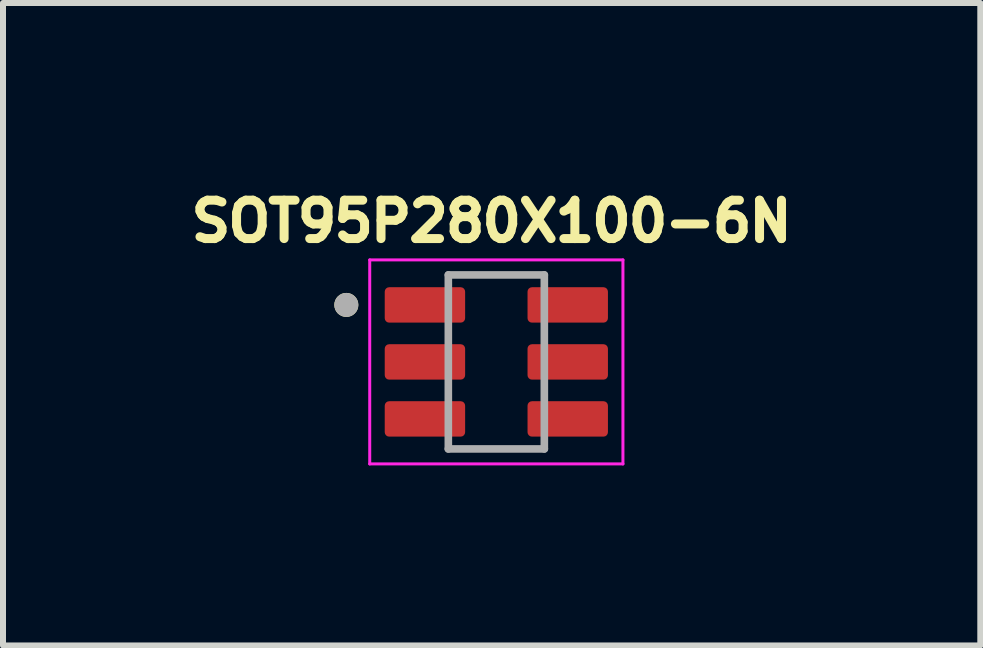
<source format=kicad_pcb>
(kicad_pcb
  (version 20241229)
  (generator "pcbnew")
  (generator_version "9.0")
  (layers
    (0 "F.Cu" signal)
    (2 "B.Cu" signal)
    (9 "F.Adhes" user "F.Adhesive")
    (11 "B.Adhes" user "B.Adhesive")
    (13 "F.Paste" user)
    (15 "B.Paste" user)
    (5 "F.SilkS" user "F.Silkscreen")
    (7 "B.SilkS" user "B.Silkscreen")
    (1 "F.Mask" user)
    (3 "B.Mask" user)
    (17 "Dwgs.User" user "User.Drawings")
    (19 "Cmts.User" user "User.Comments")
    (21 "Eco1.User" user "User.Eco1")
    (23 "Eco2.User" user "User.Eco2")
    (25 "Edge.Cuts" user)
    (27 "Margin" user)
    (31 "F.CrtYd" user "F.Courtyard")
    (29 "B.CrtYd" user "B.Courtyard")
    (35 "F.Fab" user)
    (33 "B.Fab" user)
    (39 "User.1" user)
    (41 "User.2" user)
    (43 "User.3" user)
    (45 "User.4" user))
  (footprint "SOT95P280X100-6N"
    (layer "F.Cu")
    (at 5.222 2.982)
    (property "Reference" "SOT95P280X100-6N" (at -0.078 -2.344 0) (layer "F.SilkS") (effects (font (size 0.64 0.64) (thickness 0.15))))
    (attr smd)
    (fp_circle (center -2.5 -0.95) (end -2.4 -0.95) (stroke (width 0.2) (type solid)) (fill no) (layer "F.SilkS"))
    (fp_line (start -2.11 -1.7) (end -2.11 1.7) (stroke (width 0.05) (type solid)) (layer "F.CrtYd"))
    (fp_line (start -2.11 1.7) (end 2.11 1.7) (stroke (width 0.05) (type solid)) (layer "F.CrtYd"))
    (fp_line (start 2.11 -1.7) (end -2.11 -1.7) (stroke (width 0.05) (type solid)) (layer "F.CrtYd"))
    (fp_line (start 2.11 1.7) (end 2.11 -1.7) (stroke (width 0.05) (type solid)) (layer "F.CrtYd"))
    (fp_line (start -0.8 -1.45) (end 0.8 -1.45) (stroke (width 0.127) (type solid)) (layer "F.Fab"))
    (fp_line (start -0.8 1.45) (end -0.8 -1.45) (stroke (width 0.127) (type solid)) (layer "F.Fab"))
    (fp_line (start 0.8 -1.45) (end 0.8 1.45) (stroke (width 0.127) (type solid)) (layer "F.Fab"))
    (fp_line (start 0.8 1.45) (end -0.8 1.45) (stroke (width 0.127) (type solid)) (layer "F.Fab"))
    (fp_circle (center -2.5 -0.95) (end -2.4 -0.95) (stroke (width 0.2) (type solid)) (fill no) (layer "F.Fab"))
    (pad "1" smd roundrect (at -1.19 -0.95) (size 1.34 0.59) (layers "F.Cu" "F.Mask" "F.Paste") (roundrect_rratio 0.125))
    (pad "2" smd roundrect (at -1.19 0) (size 1.34 0.59) (layers "F.Cu" "F.Mask" "F.Paste") (roundrect_rratio 0.125))
    (pad "3" smd roundrect (at -1.19 0.95) (size 1.34 0.59) (layers "F.Cu" "F.Mask" "F.Paste") (roundrect_rratio 0.125))
    (pad "4" smd roundrect (at 1.19 0.95) (size 1.34 0.59) (layers "F.Cu" "F.Mask" "F.Paste") (roundrect_rratio 0.125))
    (pad "5" smd roundrect (at 1.19 0) (size 1.34 0.59) (layers "F.Cu" "F.Mask" "F.Paste") (roundrect_rratio 0.125))
    (pad "6" smd roundrect (at 1.19 -0.95) (size 1.34 0.59) (layers "F.Cu" "F.Mask" "F.Paste") (roundrect_rratio 0.125)))
  (gr_rect
    (start -3 -3)
    (end 13.288 7.707)
    (stroke (width 0.1) (type default))
    (fill no)
    (layer "Edge.Cuts")))
</source>
